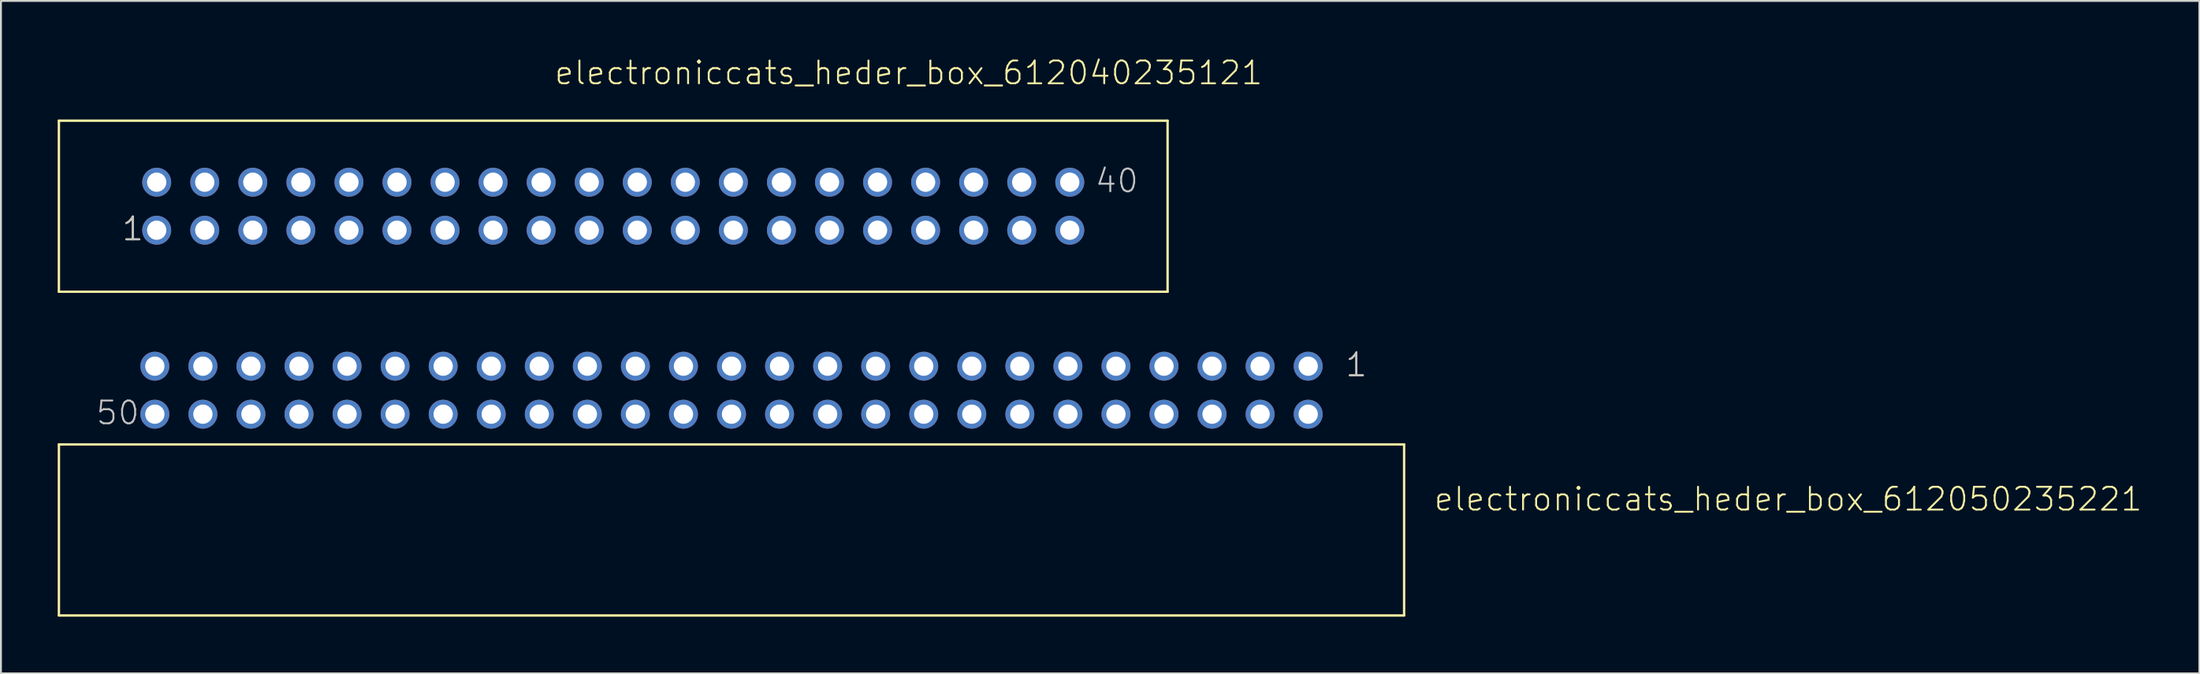
<source format=kicad_pcb>
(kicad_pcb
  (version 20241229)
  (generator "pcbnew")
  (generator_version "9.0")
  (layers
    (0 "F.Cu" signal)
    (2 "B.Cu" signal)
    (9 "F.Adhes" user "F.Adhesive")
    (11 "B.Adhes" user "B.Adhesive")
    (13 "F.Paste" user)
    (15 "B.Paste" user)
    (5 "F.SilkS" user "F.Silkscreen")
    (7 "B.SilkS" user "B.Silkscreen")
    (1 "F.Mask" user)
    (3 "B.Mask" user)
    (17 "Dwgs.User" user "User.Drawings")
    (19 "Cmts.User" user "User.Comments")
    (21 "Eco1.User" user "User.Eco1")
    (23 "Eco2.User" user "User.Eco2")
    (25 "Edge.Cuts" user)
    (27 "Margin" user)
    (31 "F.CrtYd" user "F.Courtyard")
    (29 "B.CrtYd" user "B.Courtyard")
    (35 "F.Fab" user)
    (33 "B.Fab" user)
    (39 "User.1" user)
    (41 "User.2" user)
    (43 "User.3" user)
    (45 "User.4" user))
  (footprint "electroniccats_heder_box_612040235121"
    (layer "F.Cu")
    (at 29.363 7.861)
    (property "Reference" "electroniccats_heder_box_612040235121" (at -3.175 -6.35 0) (layer "F.SilkS") (effects (font (size 1.206 1.206) (thickness 0.102)) (justify left bottom)))
    (attr through_hole)
    (fp_line (start -29.3 -4.525) (end 29.3 -4.525) (stroke (width 0.127) (type solid)) (layer "F.SilkS"))
    (fp_line (start -29.3 4.525) (end -29.3 -4.525) (stroke (width 0.127) (type solid)) (layer "F.SilkS"))
    (fp_line (start 29.3 -4.525) (end 29.3 4.525) (stroke (width 0.127) (type solid)) (layer "F.SilkS"))
    (fp_line (start 29.3 4.525) (end -29.3 4.525) (stroke (width 0.127) (type solid)) (layer "F.SilkS"))
    (fp_text user "1" (at -26.035 1.905 0) (layer "F.SilkS") (effects (font (size 1.206 1.206) (thickness 0.102)) (justify left bottom)))
    (fp_text user "1" (at -26.035 1.905 0) (layer "Dwgs.User") (effects (font (size 1.206 1.206) (thickness 0.102)) (justify left bottom)))
    (fp_text user "40" (at 25.4 -0.635 0) (layer "Dwgs.User") (effects (font (size 1.206 1.206) (thickness 0.102)) (justify left bottom)))
    (pad "1" thru_hole circle (at -24.13 1.27) (size 1.53 1.53) (drill 1.02) (layers "*.Cu" "*.Mask"))
    (pad "2" thru_hole circle (at -24.13 -1.27) (size 1.53 1.53) (drill 1.02) (layers "*.Cu" "*.Mask"))
    (pad "3" thru_hole circle (at -21.59 1.27) (size 1.53 1.53) (drill 1.02) (layers "*.Cu" "*.Mask"))
    (pad "4" thru_hole circle (at -21.59 -1.27) (size 1.53 1.53) (drill 1.02) (layers "*.Cu" "*.Mask"))
    (pad "5" thru_hole circle (at -19.05 1.27) (size 1.53 1.53) (drill 1.02) (layers "*.Cu" "*.Mask"))
    (pad "6" thru_hole circle (at -19.05 -1.27) (size 1.53 1.53) (drill 1.02) (layers "*.Cu" "*.Mask"))
    (pad "7" thru_hole circle (at -16.51 1.27) (size 1.53 1.53) (drill 1.02) (layers "*.Cu" "*.Mask"))
    (pad "8" thru_hole circle (at -16.51 -1.27) (size 1.53 1.53) (drill 1.02) (layers "*.Cu" "*.Mask"))
    (pad "9" thru_hole circle (at -13.97 1.27) (size 1.53 1.53) (drill 1.02) (layers "*.Cu" "*.Mask"))
    (pad "10" thru_hole circle (at -13.97 -1.27) (size 1.53 1.53) (drill 1.02) (layers "*.Cu" "*.Mask"))
    (pad "11" thru_hole circle (at -11.43 1.27) (size 1.53 1.53) (drill 1.02) (layers "*.Cu" "*.Mask"))
    (pad "12" thru_hole circle (at -11.43 -1.27) (size 1.53 1.53) (drill 1.02) (layers "*.Cu" "*.Mask"))
    (pad "13" thru_hole circle (at -8.89 1.27) (size 1.53 1.53) (drill 1.02) (layers "*.Cu" "*.Mask"))
    (pad "14" thru_hole circle (at -8.89 -1.27) (size 1.53 1.53) (drill 1.02) (layers "*.Cu" "*.Mask"))
    (pad "15" thru_hole circle (at -6.35 1.27) (size 1.53 1.53) (drill 1.02) (layers "*.Cu" "*.Mask"))
    (pad "16" thru_hole circle (at -6.35 -1.27) (size 1.53 1.53) (drill 1.02) (layers "*.Cu" "*.Mask"))
    (pad "17" thru_hole circle (at -3.81 1.27) (size 1.53 1.53) (drill 1.02) (layers "*.Cu" "*.Mask"))
    (pad "18" thru_hole circle (at -3.81 -1.27) (size 1.53 1.53) (drill 1.02) (layers "*.Cu" "*.Mask"))
    (pad "19" thru_hole circle (at -1.27 1.27) (size 1.53 1.53) (drill 1.02) (layers "*.Cu" "*.Mask"))
    (pad "20" thru_hole circle (at -1.27 -1.27) (size 1.53 1.53) (drill 1.02) (layers "*.Cu" "*.Mask"))
    (pad "21" thru_hole circle (at 1.27 1.27) (size 1.53 1.53) (drill 1.02) (layers "*.Cu" "*.Mask"))
    (pad "22" thru_hole circle (at 1.27 -1.27) (size 1.53 1.53) (drill 1.02) (layers "*.Cu" "*.Mask"))
    (pad "23" thru_hole circle (at 3.81 1.27) (size 1.53 1.53) (drill 1.02) (layers "*.Cu" "*.Mask"))
    (pad "24" thru_hole circle (at 3.81 -1.27) (size 1.53 1.53) (drill 1.02) (layers "*.Cu" "*.Mask"))
    (pad "25" thru_hole circle (at 6.35 1.27) (size 1.53 1.53) (drill 1.02) (layers "*.Cu" "*.Mask"))
    (pad "26" thru_hole circle (at 6.35 -1.27) (size 1.53 1.53) (drill 1.02) (layers "*.Cu" "*.Mask"))
    (pad "27" thru_hole circle (at 8.89 1.27) (size 1.53 1.53) (drill 1.02) (layers "*.Cu" "*.Mask"))
    (pad "28" thru_hole circle (at 8.89 -1.27) (size 1.53 1.53) (drill 1.02) (layers "*.Cu" "*.Mask"))
    (pad "29" thru_hole circle (at 11.43 1.27) (size 1.53 1.53) (drill 1.02) (layers "*.Cu" "*.Mask"))
    (pad "30" thru_hole circle (at 11.43 -1.27) (size 1.53 1.53) (drill 1.02) (layers "*.Cu" "*.Mask"))
    (pad "31" thru_hole circle (at 13.97 1.27) (size 1.53 1.53) (drill 1.02) (layers "*.Cu" "*.Mask"))
    (pad "32" thru_hole circle (at 13.97 -1.27) (size 1.53 1.53) (drill 1.02) (layers "*.Cu" "*.Mask"))
    (pad "33" thru_hole circle (at 16.51 1.27) (size 1.53 1.53) (drill 1.02) (layers "*.Cu" "*.Mask"))
    (pad "34" thru_hole circle (at 16.51 -1.27) (size 1.53 1.53) (drill 1.02) (layers "*.Cu" "*.Mask"))
    (pad "35" thru_hole circle (at 19.05 1.27) (size 1.53 1.53) (drill 1.02) (layers "*.Cu" "*.Mask"))
    (pad "36" thru_hole circle (at 19.05 -1.27) (size 1.53 1.53) (drill 1.02) (layers "*.Cu" "*.Mask"))
    (pad "37" thru_hole circle (at 21.59 1.27) (size 1.53 1.53) (drill 1.02) (layers "*.Cu" "*.Mask"))
    (pad "38" thru_hole circle (at 21.59 -1.27) (size 1.53 1.53) (drill 1.02) (layers "*.Cu" "*.Mask"))
    (pad "39" thru_hole circle (at 24.13 1.27) (size 1.53 1.53) (drill 1.02) (layers "*.Cu" "*.Mask"))
    (pad "40" thru_hole circle (at 24.13 -1.27) (size 1.53 1.53) (drill 1.02) (layers "*.Cu" "*.Mask")))
  (footprint "electroniccats_heder_box_612050235221"
    (layer "F.Cu")
    (at 35.614 17.596)
    (property "Reference" "electroniccats_heder_box_612050235221" (at 37.062 6.47 0) (layer "F.SilkS") (effects (font (size 1.206 1.206) (thickness 0.102)) (justify left bottom)))
    (attr through_hole)
    (fp_line (start -35.55 2.87) (end 35.55 2.87) (stroke (width 0.127) (type solid)) (layer "F.SilkS"))
    (fp_line (start -35.55 11.92) (end -35.55 2.87) (stroke (width 0.127) (type solid)) (layer "F.SilkS"))
    (fp_line (start 35.55 2.87) (end 35.55 11.92) (stroke (width 0.127) (type solid)) (layer "F.SilkS"))
    (fp_line (start 35.55 11.92) (end -35.55 11.92) (stroke (width 0.127) (type solid)) (layer "F.SilkS"))
    (fp_text user "1" (at 32.385 -0.635 0) (layer "F.SilkS") (effects (font (size 1.206 1.206) (thickness 0.102)) (justify left bottom)))
    (fp_text user "1" (at 32.385 -0.635 0) (layer "Dwgs.User") (effects (font (size 1.206 1.206) (thickness 0.102)) (justify left bottom)))
    (fp_text user "50" (at -33.655 1.905 0) (layer "Dwgs.User") (effects (font (size 1.206 1.206) (thickness 0.102)) (justify left bottom)))
    (pad "1" thru_hole circle (at 30.48 -1.27 180) (size 1.53 1.53) (drill 1.02) (layers "*.Cu" "*.Mask"))
    (pad "2" thru_hole circle (at 30.48 1.27 180) (size 1.53 1.53) (drill 1.02) (layers "*.Cu" "*.Mask"))
    (pad "3" thru_hole circle (at 27.94 -1.27 180) (size 1.53 1.53) (drill 1.02) (layers "*.Cu" "*.Mask"))
    (pad "4" thru_hole circle (at 27.94 1.27 180) (size 1.53 1.53) (drill 1.02) (layers "*.Cu" "*.Mask"))
    (pad "5" thru_hole circle (at 25.4 -1.27 180) (size 1.53 1.53) (drill 1.02) (layers "*.Cu" "*.Mask"))
    (pad "6" thru_hole circle (at 25.4 1.27 180) (size 1.53 1.53) (drill 1.02) (layers "*.Cu" "*.Mask"))
    (pad "7" thru_hole circle (at 22.86 -1.27 180) (size 1.53 1.53) (drill 1.02) (layers "*.Cu" "*.Mask"))
    (pad "8" thru_hole circle (at 22.86 1.27 180) (size 1.53 1.53) (drill 1.02) (layers "*.Cu" "*.Mask"))
    (pad "9" thru_hole circle (at 20.32 -1.27 180) (size 1.53 1.53) (drill 1.02) (layers "*.Cu" "*.Mask"))
    (pad "10" thru_hole circle (at 20.32 1.27 180) (size 1.53 1.53) (drill 1.02) (layers "*.Cu" "*.Mask"))
    (pad "11" thru_hole circle (at 17.78 -1.27 180) (size 1.53 1.53) (drill 1.02) (layers "*.Cu" "*.Mask"))
    (pad "12" thru_hole circle (at 17.78 1.27 180) (size 1.53 1.53) (drill 1.02) (layers "*.Cu" "*.Mask"))
    (pad "13" thru_hole circle (at 15.24 -1.27 180) (size 1.53 1.53) (drill 1.02) (layers "*.Cu" "*.Mask"))
    (pad "14" thru_hole circle (at 15.24 1.27 180) (size 1.53 1.53) (drill 1.02) (layers "*.Cu" "*.Mask"))
    (pad "15" thru_hole circle (at 12.7 -1.27 180) (size 1.53 1.53) (drill 1.02) (layers "*.Cu" "*.Mask"))
    (pad "16" thru_hole circle (at 12.7 1.27 180) (size 1.53 1.53) (drill 1.02) (layers "*.Cu" "*.Mask"))
    (pad "17" thru_hole circle (at 10.16 -1.27 180) (size 1.53 1.53) (drill 1.02) (layers "*.Cu" "*.Mask"))
    (pad "18" thru_hole circle (at 10.16 1.27 180) (size 1.53 1.53) (drill 1.02) (layers "*.Cu" "*.Mask"))
    (pad "19" thru_hole circle (at 7.62 -1.27 180) (size 1.53 1.53) (drill 1.02) (layers "*.Cu" "*.Mask"))
    (pad "20" thru_hole circle (at 7.62 1.27 180) (size 1.53 1.53) (drill 1.02) (layers "*.Cu" "*.Mask"))
    (pad "21" thru_hole circle (at 5.08 -1.27 180) (size 1.53 1.53) (drill 1.02) (layers "*.Cu" "*.Mask"))
    (pad "22" thru_hole circle (at 5.08 1.27 180) (size 1.53 1.53) (drill 1.02) (layers "*.Cu" "*.Mask"))
    (pad "23" thru_hole circle (at 2.54 -1.27 180) (size 1.53 1.53) (drill 1.02) (layers "*.Cu" "*.Mask"))
    (pad "24" thru_hole circle (at 2.54 1.27 180) (size 1.53 1.53) (drill 1.02) (layers "*.Cu" "*.Mask"))
    (pad "25" thru_hole circle (at 0 -1.27 180) (size 1.53 1.53) (drill 1.02) (layers "*.Cu" "*.Mask"))
    (pad "26" thru_hole circle (at 0 1.27 180) (size 1.53 1.53) (drill 1.02) (layers "*.Cu" "*.Mask"))
    (pad "27" thru_hole circle (at -2.54 -1.27 180) (size 1.53 1.53) (drill 1.02) (layers "*.Cu" "*.Mask"))
    (pad "28" thru_hole circle (at -2.54 1.27 180) (size 1.53 1.53) (drill 1.02) (layers "*.Cu" "*.Mask"))
    (pad "29" thru_hole circle (at -5.08 -1.27 180) (size 1.53 1.53) (drill 1.02) (layers "*.Cu" "*.Mask"))
    (pad "30" thru_hole circle (at -5.08 1.27 180) (size 1.53 1.53) (drill 1.02) (layers "*.Cu" "*.Mask"))
    (pad "31" thru_hole circle (at -7.62 -1.27 180) (size 1.53 1.53) (drill 1.02) (layers "*.Cu" "*.Mask"))
    (pad "32" thru_hole circle (at -7.62 1.27 180) (size 1.53 1.53) (drill 1.02) (layers "*.Cu" "*.Mask"))
    (pad "33" thru_hole circle (at -10.16 -1.27 180) (size 1.53 1.53) (drill 1.02) (layers "*.Cu" "*.Mask"))
    (pad "34" thru_hole circle (at -10.16 1.27 180) (size 1.53 1.53) (drill 1.02) (layers "*.Cu" "*.Mask"))
    (pad "35" thru_hole circle (at -12.7 -1.27 180) (size 1.53 1.53) (drill 1.02) (layers "*.Cu" "*.Mask"))
    (pad "36" thru_hole circle (at -12.7 1.27 180) (size 1.53 1.53) (drill 1.02) (layers "*.Cu" "*.Mask"))
    (pad "37" thru_hole circle (at -15.24 -1.27 180) (size 1.53 1.53) (drill 1.02) (layers "*.Cu" "*.Mask"))
    (pad "38" thru_hole circle (at -15.24 1.27 180) (size 1.53 1.53) (drill 1.02) (layers "*.Cu" "*.Mask"))
    (pad "39" thru_hole circle (at -17.78 -1.27 180) (size 1.53 1.53) (drill 1.02) (layers "*.Cu" "*.Mask"))
    (pad "40" thru_hole circle (at -17.78 1.27 180) (size 1.53 1.53) (drill 1.02) (layers "*.Cu" "*.Mask"))
    (pad "41" thru_hole circle (at -20.32 -1.27 180) (size 1.53 1.53) (drill 1.02) (layers "*.Cu" "*.Mask"))
    (pad "42" thru_hole circle (at -20.32 1.27 180) (size 1.53 1.53) (drill 1.02) (layers "*.Cu" "*.Mask"))
    (pad "43" thru_hole circle (at -22.86 -1.27 180) (size 1.53 1.53) (drill 1.02) (layers "*.Cu" "*.Mask"))
    (pad "44" thru_hole circle (at -22.86 1.27 180) (size 1.53 1.53) (drill 1.02) (layers "*.Cu" "*.Mask"))
    (pad "45" thru_hole circle (at -25.4 -1.27 180) (size 1.53 1.53) (drill 1.02) (layers "*.Cu" "*.Mask"))
    (pad "46" thru_hole circle (at -25.4 1.27 180) (size 1.53 1.53) (drill 1.02) (layers "*.Cu" "*.Mask"))
    (pad "47" thru_hole circle (at -27.94 -1.27 180) (size 1.53 1.53) (drill 1.02) (layers "*.Cu" "*.Mask"))
    (pad "48" thru_hole circle (at -27.94 1.27 180) (size 1.53 1.53) (drill 1.02) (layers "*.Cu" "*.Mask"))
    (pad "49" thru_hole circle (at -30.48 -1.27 180) (size 1.53 1.53) (drill 1.02) (layers "*.Cu" "*.Mask"))
    (pad "50" thru_hole circle (at -30.48 1.27 180) (size 1.53 1.53) (drill 1.02) (layers "*.Cu" "*.Mask")))
  (gr_rect
    (start -3 -3)
    (end 113.198 32.58)
    (stroke (width 0.1) (type default))
    (fill no)
    (layer "Edge.Cuts")))
</source>
